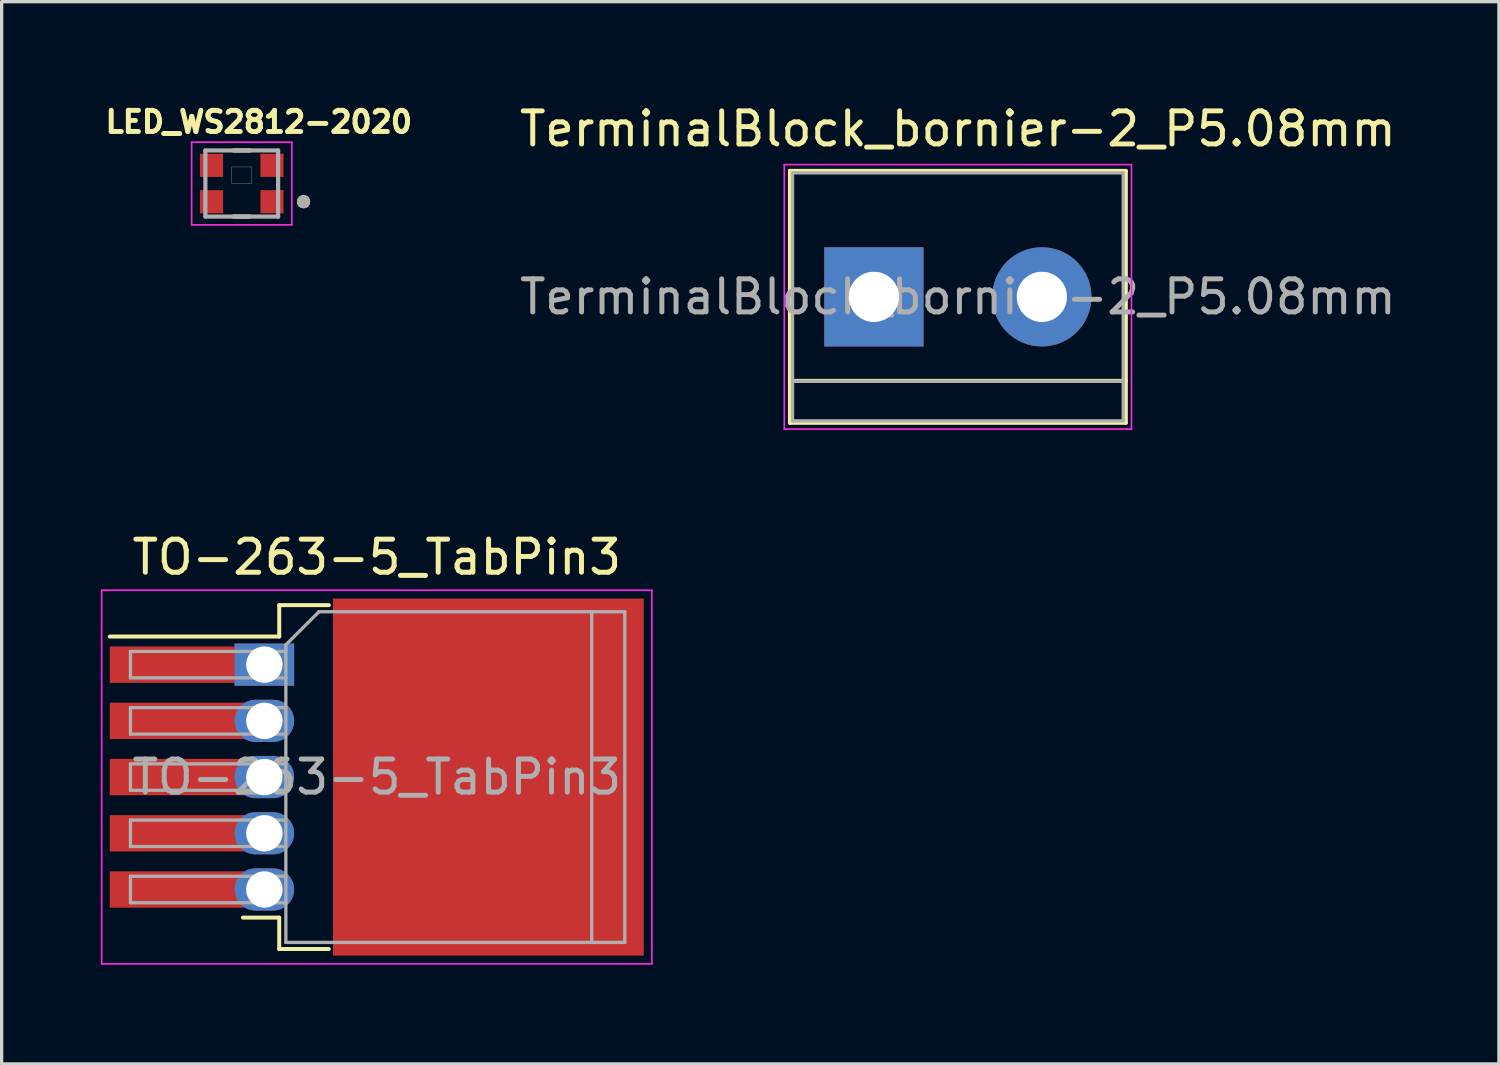
<source format=kicad_pcb>
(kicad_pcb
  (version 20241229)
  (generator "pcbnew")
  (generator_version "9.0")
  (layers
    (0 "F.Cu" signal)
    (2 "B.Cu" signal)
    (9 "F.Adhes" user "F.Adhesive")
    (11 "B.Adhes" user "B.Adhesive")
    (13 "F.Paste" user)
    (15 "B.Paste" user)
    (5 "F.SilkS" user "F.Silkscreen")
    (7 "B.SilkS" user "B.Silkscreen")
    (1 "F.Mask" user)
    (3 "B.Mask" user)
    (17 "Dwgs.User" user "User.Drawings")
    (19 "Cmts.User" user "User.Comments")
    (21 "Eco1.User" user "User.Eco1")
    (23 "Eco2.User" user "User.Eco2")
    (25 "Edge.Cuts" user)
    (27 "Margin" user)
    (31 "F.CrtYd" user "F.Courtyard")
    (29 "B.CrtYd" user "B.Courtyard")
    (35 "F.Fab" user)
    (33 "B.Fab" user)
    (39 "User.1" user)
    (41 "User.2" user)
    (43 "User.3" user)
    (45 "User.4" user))
  (footprint "TO-263-5_TabPin3"
    (layer "F.Cu")
    (at 8.345 20.451)
    (property "Reference" "TO-263-5_TabPin3" (at 0 -6.65 0) (layer "F.SilkS") (effects (font (size 1 1) (thickness 0.15))))
    (attr smd)
    (fp_line (start -2.95 -5.2) (end -2.95 -4.25) (stroke (width 0.12) (type solid)) (layer "F.SilkS"))
    (fp_line (start -2.95 -4.25) (end -8.075 -4.25) (stroke (width 0.12) (type solid)) (layer "F.SilkS"))
    (fp_line (start -2.95 4.25) (end -4.05 4.25) (stroke (width 0.12) (type solid)) (layer "F.SilkS"))
    (fp_line (start -2.95 5.2) (end -2.95 4.25) (stroke (width 0.12) (type solid)) (layer "F.SilkS"))
    (fp_line (start -1.45 -5.2) (end -2.95 -5.2) (stroke (width 0.12) (type solid)) (layer "F.SilkS"))
    (fp_line (start -1.45 5.2) (end -2.95 5.2) (stroke (width 0.12) (type solid)) (layer "F.SilkS"))
    (fp_line (start -8.32 -5.65) (end -8.32 5.65) (stroke (width 0.05) (type solid)) (layer "F.CrtYd"))
    (fp_line (start -8.32 5.65) (end 8.32 5.65) (stroke (width 0.05) (type solid)) (layer "F.CrtYd"))
    (fp_line (start 8.32 -5.65) (end -8.32 -5.65) (stroke (width 0.05) (type solid)) (layer "F.CrtYd"))
    (fp_line (start 8.32 5.65) (end 8.32 -5.65) (stroke (width 0.05) (type solid)) (layer "F.CrtYd"))
    (fp_line (start -7.45 -3.8) (end -7.45 -3) (stroke (width 0.1) (type solid)) (layer "F.Fab"))
    (fp_line (start -7.45 -3) (end -2.75 -3) (stroke (width 0.1) (type solid)) (layer "F.Fab"))
    (fp_line (start -7.45 -2.1) (end -7.45 -1.3) (stroke (width 0.1) (type solid)) (layer "F.Fab"))
    (fp_line (start -7.45 -1.3) (end -2.75 -1.3) (stroke (width 0.1) (type solid)) (layer "F.Fab"))
    (fp_line (start -7.45 -0.4) (end -7.45 0.4) (stroke (width 0.1) (type solid)) (layer "F.Fab"))
    (fp_line (start -7.45 0.4) (end -2.75 0.4) (stroke (width 0.1) (type solid)) (layer "F.Fab"))
    (fp_line (start -7.45 1.3) (end -7.45 2.1) (stroke (width 0.1) (type solid)) (layer "F.Fab"))
    (fp_line (start -7.45 2.1) (end -2.75 2.1) (stroke (width 0.1) (type solid)) (layer "F.Fab"))
    (fp_line (start -7.45 3) (end -7.45 3.8) (stroke (width 0.1) (type solid)) (layer "F.Fab"))
    (fp_line (start -7.45 3.8) (end -2.75 3.8) (stroke (width 0.1) (type solid)) (layer "F.Fab"))
    (fp_line (start -2.75 -4) (end -1.75 -5) (stroke (width 0.1) (type solid)) (layer "F.Fab"))
    (fp_line (start -2.75 -3.8) (end -7.45 -3.8) (stroke (width 0.1) (type solid)) (layer "F.Fab"))
    (fp_line (start -2.75 -2.1) (end -7.45 -2.1) (stroke (width 0.1) (type solid)) (layer "F.Fab"))
    (fp_line (start -2.75 -0.4) (end -7.45 -0.4) (stroke (width 0.1) (type solid)) (layer "F.Fab"))
    (fp_line (start -2.75 1.3) (end -7.45 1.3) (stroke (width 0.1) (type solid)) (layer "F.Fab"))
    (fp_line (start -2.75 3) (end -7.45 3) (stroke (width 0.1) (type solid)) (layer "F.Fab"))
    (fp_line (start -2.75 5) (end -2.75 -4) (stroke (width 0.1) (type solid)) (layer "F.Fab"))
    (fp_line (start -1.75 -5) (end 6.5 -5) (stroke (width 0.1) (type solid)) (layer "F.Fab"))
    (fp_line (start 6.5 -5) (end 6.5 5) (stroke (width 0.1) (type solid)) (layer "F.Fab"))
    (fp_line (start 6.5 -5) (end 7.5 -5) (stroke (width 0.1) (type solid)) (layer "F.Fab"))
    (fp_line (start 6.5 5) (end -2.75 5) (stroke (width 0.1) (type solid)) (layer "F.Fab"))
    (fp_line (start 7.5 -5) (end 7.5 5) (stroke (width 0.1) (type solid)) (layer "F.Fab"))
    (fp_line (start 7.5 5) (end 6.5 5) (stroke (width 0.1) (type solid)) (layer "F.Fab"))
    (fp_text user "${REFERENCE}" (at 0 0 0) (layer "F.Fab") (effects (font (size 1 1) (thickness 0.15))))
    (pad "" smd rect (at 0.95 -2.775) (size 4.55 5.25) (layers "F.Paste"))
    (pad "" smd rect (at 0.95 2.775) (size 4.55 5.25) (layers "F.Paste"))
    (pad "" smd rect (at 5.8 -2.775) (size 4.55 5.25) (layers "F.Paste"))
    (pad "" smd rect (at 5.8 2.775) (size 4.55 5.25) (layers "F.Paste"))
    (pad "1" smd rect (at -5.775 -3.4) (size 4.6 1.1) (layers "F.Cu" "F.Mask" "F.Paste"))
    (pad "1" thru_hole rect (at -3.4 -3.4 270) (size 1.275 1.8) (drill 1.1) (layers "*.Cu" "*.Mask"))
    (pad "2" smd rect (at -5.775 -1.7) (size 4.6 1.1) (layers "F.Cu" "F.Mask" "F.Paste"))
    (pad "2" thru_hole oval (at -3.4 -1.7 270) (size 1.275 1.8) (drill 1.1) (layers "*.Cu" "*.Mask"))
    (pad "3" smd rect (at -5.775 0) (size 4.6 1.1) (layers "F.Cu" "F.Mask" "F.Paste"))
    (pad "3" thru_hole oval (at -3.4 0 270) (size 1.275 1.8) (drill 1.1) (layers "*.Cu" "*.Mask"))
    (pad "3" smd rect (at 3.375 0) (size 9.4 10.8) (layers "F.Cu" "F.Mask"))
    (pad "4" smd rect (at -5.775 1.7) (size 4.6 1.1) (layers "F.Cu" "F.Mask" "F.Paste"))
    (pad "4" thru_hole oval (at -3.4 1.7 270) (size 1.275 1.8) (drill 1.1) (layers "*.Cu" "*.Mask"))
    (pad "5" smd rect (at -5.775 3.4) (size 4.6 1.1) (layers "F.Cu" "F.Mask" "F.Paste"))
    (pad "5" thru_hole oval (at -3.4 3.4 270) (size 1.275 1.8) (drill 1.1) (layers "*.Cu" "*.Mask")))
  (footprint "TerminalBlock_bornier-2_P5.08mm"
    (layer "F.Cu")
    (at 23.379 5.928)
    (property "Reference" "TerminalBlock_bornier-2_P5.08mm" (at 2.54 -5.08 0) (layer "F.SilkS") (effects (font (size 1 1) (thickness 0.15))))
    (attr through_hole)
    (fp_line (start -2.54 -3.81) (end -2.54 3.81) (stroke (width 0.12) (type solid)) (layer "F.SilkS"))
    (fp_line (start -2.54 3.81) (end 7.62 3.81) (stroke (width 0.12) (type solid)) (layer "F.SilkS"))
    (fp_line (start 7.62 -3.81) (end -2.54 -3.81) (stroke (width 0.12) (type solid)) (layer "F.SilkS"))
    (fp_line (start 7.62 2.54) (end -2.54 2.54) (stroke (width 0.12) (type solid)) (layer "F.SilkS"))
    (fp_line (start 7.62 3.81) (end 7.62 -3.81) (stroke (width 0.12) (type solid)) (layer "F.SilkS"))
    (fp_line (start -2.71 -4) (end -2.71 4) (stroke (width 0.05) (type solid)) (layer "F.CrtYd"))
    (fp_line (start -2.71 -4) (end 7.79 -4) (stroke (width 0.05) (type solid)) (layer "F.CrtYd"))
    (fp_line (start 7.79 4) (end -2.71 4) (stroke (width 0.05) (type solid)) (layer "F.CrtYd"))
    (fp_line (start 7.79 4) (end 7.79 -4) (stroke (width 0.05) (type solid)) (layer "F.CrtYd"))
    (fp_line (start -2.46 -3.75) (end -2.46 3.75) (stroke (width 0.1) (type solid)) (layer "F.Fab"))
    (fp_line (start -2.46 3.75) (end 7.54 3.75) (stroke (width 0.1) (type solid)) (layer "F.Fab"))
    (fp_line (start -2.41 2.55) (end 7.49 2.55) (stroke (width 0.1) (type solid)) (layer "F.Fab"))
    (fp_line (start 7.54 -3.75) (end -2.46 -3.75) (stroke (width 0.1) (type solid)) (layer "F.Fab"))
    (fp_line (start 7.54 3.75) (end 7.54 -3.75) (stroke (width 0.1) (type solid)) (layer "F.Fab"))
    (fp_text user "${REFERENCE}" (at 2.54 0 0) (layer "F.Fab") (effects (font (size 1 1) (thickness 0.15))))
    (pad "1" thru_hole rect (at 0 0) (size 3 3) (drill 1.52) (layers "*.Cu" "*.Mask"))
    (pad "2" thru_hole circle (at 5.08 0) (size 3 3) (drill 1.52) (layers "*.Cu" "*.Mask")))
  (footprint "LED_WS2812-2020"
    (layer "F.Cu")
    (at 4.261 2.5)
    (property "Reference" "LED_WS2812-2020" (at 0.517 -1.862 0) (layer "F.SilkS") (effects (font (size 0.64 0.64) (thickness 0.15))))
    (attr smd)
    (fp_line (start 0.245 -1) (end -0.245 -1) (stroke (width 0.127) (type solid)) (layer "F.SilkS"))
    (fp_line (start 0.245 1) (end -0.245 1) (stroke (width 0.127) (type solid)) (layer "F.SilkS"))
    (fp_circle (center 1.87 0.55) (end 1.97 0.55) (stroke (width 0.2) (type solid)) (fill no) (layer "F.SilkS"))
    (fp_line (start -1.515 -1.25) (end -1.515 1.25) (stroke (width 0.05) (type solid)) (layer "F.CrtYd"))
    (fp_line (start -1.515 1.25) (end 1.515 1.25) (stroke (width 0.05) (type solid)) (layer "F.CrtYd"))
    (fp_line (start 1.515 -1.25) (end -1.515 -1.25) (stroke (width 0.05) (type solid)) (layer "F.CrtYd"))
    (fp_line (start 1.515 1.25) (end 1.515 -1.25) (stroke (width 0.05) (type solid)) (layer "F.CrtYd"))
    (fp_line (start -1.1 -1) (end 1.1 -1) (stroke (width 0.127) (type solid)) (layer "F.Fab"))
    (fp_line (start -1.1 1) (end -1.1 -1) (stroke (width 0.127) (type solid)) (layer "F.Fab"))
    (fp_line (start 1.1 -1) (end 1.1 1) (stroke (width 0.127) (type solid)) (layer "F.Fab"))
    (fp_line (start 1.1 1) (end -1.1 1) (stroke (width 0.127) (type solid)) (layer "F.Fab"))
    (fp_circle (center 1.87 0.55) (end 1.97 0.55) (stroke (width 0.2) (type solid)) (fill no) (layer "F.Fab"))
    (fp_poly (pts (xy -0.3 -0.5) (xy 0.3 -0.5) (xy 0.3 0) (xy -0.3 0)) (stroke (width 0.01) (type solid)) (fill no) (layer "F.Fab"))
    (pad "1" smd rect (at -0.915 0.55) (size 0.7 0.7) (layers "F.Cu" "F.Mask" "F.Paste"))
    (pad "2" smd rect (at 0.915 0.55) (size 0.7 0.7) (layers "F.Cu" "F.Mask" "F.Paste"))
    (pad "3" smd rect (at 0.915 -0.55) (size 0.7 0.7) (layers "F.Cu" "F.Mask" "F.Paste"))
    (pad "4" smd rect (at -0.915 -0.55) (size 0.7 0.7) (layers "F.Cu" "F.Mask" "F.Paste")))
  (gr_rect
    (start -3 -3)
    (end 42.282 29.127)
    (stroke (width 0.1) (type default))
    (fill no)
    (layer "Edge.Cuts")))
</source>
